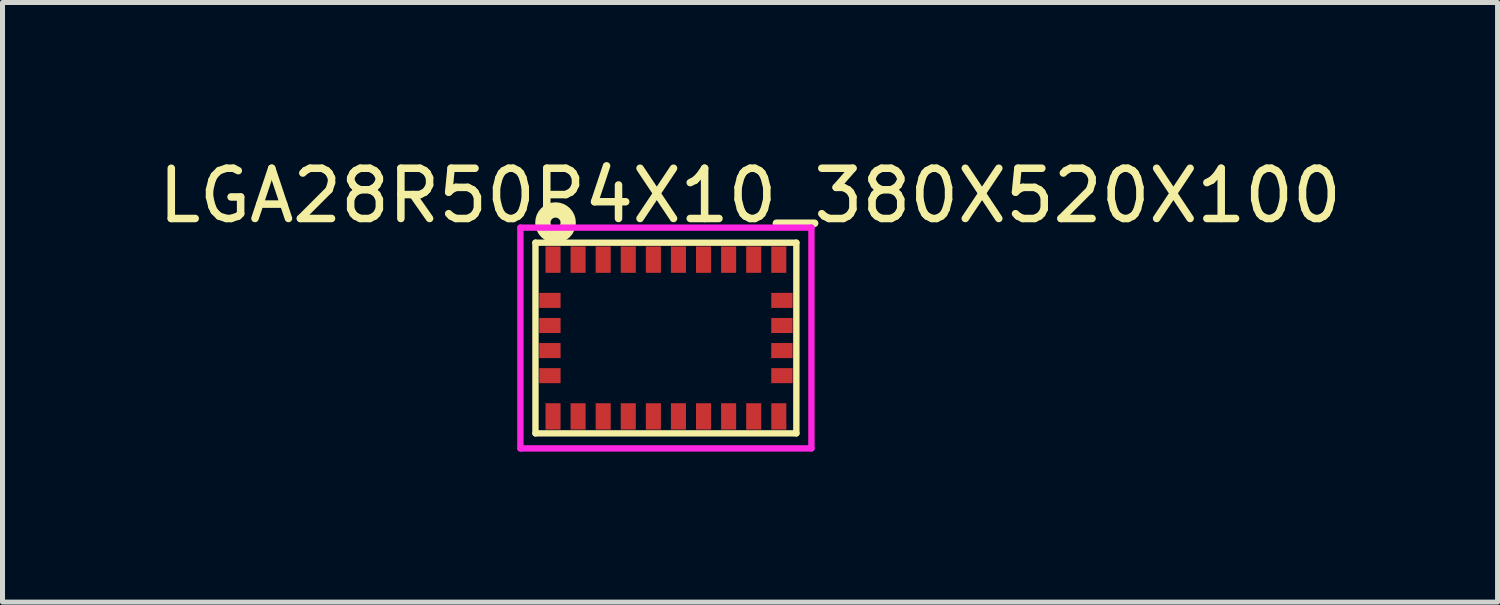
<source format=kicad_pcb>
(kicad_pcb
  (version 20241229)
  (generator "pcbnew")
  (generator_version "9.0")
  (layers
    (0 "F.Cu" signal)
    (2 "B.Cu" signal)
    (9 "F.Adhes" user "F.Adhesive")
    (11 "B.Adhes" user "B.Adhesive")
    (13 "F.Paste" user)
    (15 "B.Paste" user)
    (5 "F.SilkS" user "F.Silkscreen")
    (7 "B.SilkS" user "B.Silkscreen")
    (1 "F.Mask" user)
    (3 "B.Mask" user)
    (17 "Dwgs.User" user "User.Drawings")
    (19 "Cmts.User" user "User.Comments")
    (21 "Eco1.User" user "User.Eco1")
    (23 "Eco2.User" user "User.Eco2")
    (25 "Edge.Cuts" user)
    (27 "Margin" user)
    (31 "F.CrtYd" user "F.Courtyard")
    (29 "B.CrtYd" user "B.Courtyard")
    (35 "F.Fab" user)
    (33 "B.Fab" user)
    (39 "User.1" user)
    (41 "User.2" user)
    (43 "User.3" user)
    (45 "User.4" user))
  (footprint "LGA28R50P4X10_380X520X100"
    (layer "F.Cu")
    (at 10.222 3.687)
    (property "Reference" "LGA28R50P4X10_380X520X100" (at 1.677 -2.838 0) (layer "F.SilkS") (effects (font (size 1.001 1.001) (thickness 0.15))))
    (attr smd)
    (fp_line (start -2.6 -1.9) (end -2.6 1.9) (stroke (width 0.127) (type solid)) (layer "F.SilkS"))
    (fp_line (start -2.6 1.9) (end 2.6 1.9) (stroke (width 0.127) (type solid)) (layer "F.SilkS"))
    (fp_line (start 2.6 -1.9) (end -2.6 -1.9) (stroke (width 0.127) (type solid)) (layer "F.SilkS"))
    (fp_line (start 2.6 1.9) (end 2.6 -1.9) (stroke (width 0.127) (type solid)) (layer "F.SilkS"))
    (fp_circle (center -2.2 -2.3) (end -2.1 -2.3) (stroke (width 0.305) (type solid)) (fill no) (layer "F.SilkS"))
    (fp_line (start -2.9 -2.2) (end 2.9 -2.2) (stroke (width 0.127) (type solid)) (layer "F.CrtYd"))
    (fp_line (start -2.9 2.2) (end -2.9 -2.2) (stroke (width 0.127) (type solid)) (layer "F.CrtYd"))
    (fp_line (start 2.9 -2.2) (end 2.9 2.2) (stroke (width 0.127) (type solid)) (layer "F.CrtYd"))
    (fp_line (start 2.9 2.2) (end -2.9 2.2) (stroke (width 0.127) (type solid)) (layer "F.CrtYd"))
    (pad "1" smd rect (at -2.25 -1.562) (size 0.3 0.525) (layers "F.Cu" "F.Mask" "F.Paste"))
    (pad "2" smd rect (at -2.312 -0.75) (size 0.425 0.3) (layers "F.Cu" "F.Mask" "F.Paste"))
    (pad "3" smd rect (at -2.312 -0.25) (size 0.425 0.3) (layers "F.Cu" "F.Mask" "F.Paste"))
    (pad "4" smd rect (at -2.312 0.25) (size 0.425 0.3) (layers "F.Cu" "F.Mask" "F.Paste"))
    (pad "5" smd rect (at -2.312 0.75) (size 0.425 0.3) (layers "F.Cu" "F.Mask" "F.Paste"))
    (pad "6" smd rect (at -2.25 1.562) (size 0.3 0.525) (layers "F.Cu" "F.Mask" "F.Paste"))
    (pad "7" smd rect (at -1.75 1.562) (size 0.3 0.525) (layers "F.Cu" "F.Mask" "F.Paste"))
    (pad "8" smd rect (at -1.25 1.562) (size 0.3 0.525) (layers "F.Cu" "F.Mask" "F.Paste"))
    (pad "9" smd rect (at -0.75 1.562) (size 0.3 0.525) (layers "F.Cu" "F.Mask" "F.Paste"))
    (pad "10" smd rect (at -0.25 1.562) (size 0.3 0.525) (layers "F.Cu" "F.Mask" "F.Paste"))
    (pad "11" smd rect (at 0.25 1.562) (size 0.3 0.525) (layers "F.Cu" "F.Mask" "F.Paste"))
    (pad "12" smd rect (at 0.75 1.562) (size 0.3 0.525) (layers "F.Cu" "F.Mask" "F.Paste"))
    (pad "13" smd rect (at 1.25 1.562) (size 0.3 0.525) (layers "F.Cu" "F.Mask" "F.Paste"))
    (pad "14" smd rect (at 1.75 1.562) (size 0.3 0.525) (layers "F.Cu" "F.Mask" "F.Paste"))
    (pad "15" smd rect (at 2.25 1.562) (size 0.3 0.525) (layers "F.Cu" "F.Mask" "F.Paste"))
    (pad "16" smd rect (at 2.312 0.75) (size 0.425 0.3) (layers "F.Cu" "F.Mask" "F.Paste"))
    (pad "17" smd rect (at 2.312 0.25) (size 0.425 0.3) (layers "F.Cu" "F.Mask" "F.Paste"))
    (pad "18" smd rect (at 2.312 -0.25) (size 0.425 0.3) (layers "F.Cu" "F.Mask" "F.Paste"))
    (pad "19" smd rect (at 2.312 -0.75) (size 0.425 0.3) (layers "F.Cu" "F.Mask" "F.Paste"))
    (pad "20" smd rect (at 2.25 -1.562) (size 0.3 0.525) (layers "F.Cu" "F.Mask" "F.Paste"))
    (pad "21" smd rect (at 1.75 -1.562) (size 0.3 0.525) (layers "F.Cu" "F.Mask" "F.Paste"))
    (pad "22" smd rect (at 1.25 -1.562) (size 0.3 0.525) (layers "F.Cu" "F.Mask" "F.Paste"))
    (pad "23" smd rect (at 0.75 -1.562) (size 0.3 0.525) (layers "F.Cu" "F.Mask" "F.Paste"))
    (pad "24" smd rect (at 0.25 -1.562) (size 0.3 0.525) (layers "F.Cu" "F.Mask" "F.Paste"))
    (pad "25" smd rect (at -0.25 -1.562) (size 0.3 0.525) (layers "F.Cu" "F.Mask" "F.Paste"))
    (pad "26" smd rect (at -0.75 -1.562) (size 0.3 0.525) (layers "F.Cu" "F.Mask" "F.Paste"))
    (pad "27" smd rect (at -1.25 -1.562) (size 0.3 0.525) (layers "F.Cu" "F.Mask" "F.Paste"))
    (pad "28" smd rect (at -1.75 -1.562) (size 0.3 0.525) (layers "F.Cu" "F.Mask" "F.Paste")))
  (gr_rect
    (start -3 -3)
    (end 26.797 8.95)
    (stroke (width 0.1) (type default))
    (fill no)
    (layer "Edge.Cuts")))
</source>
